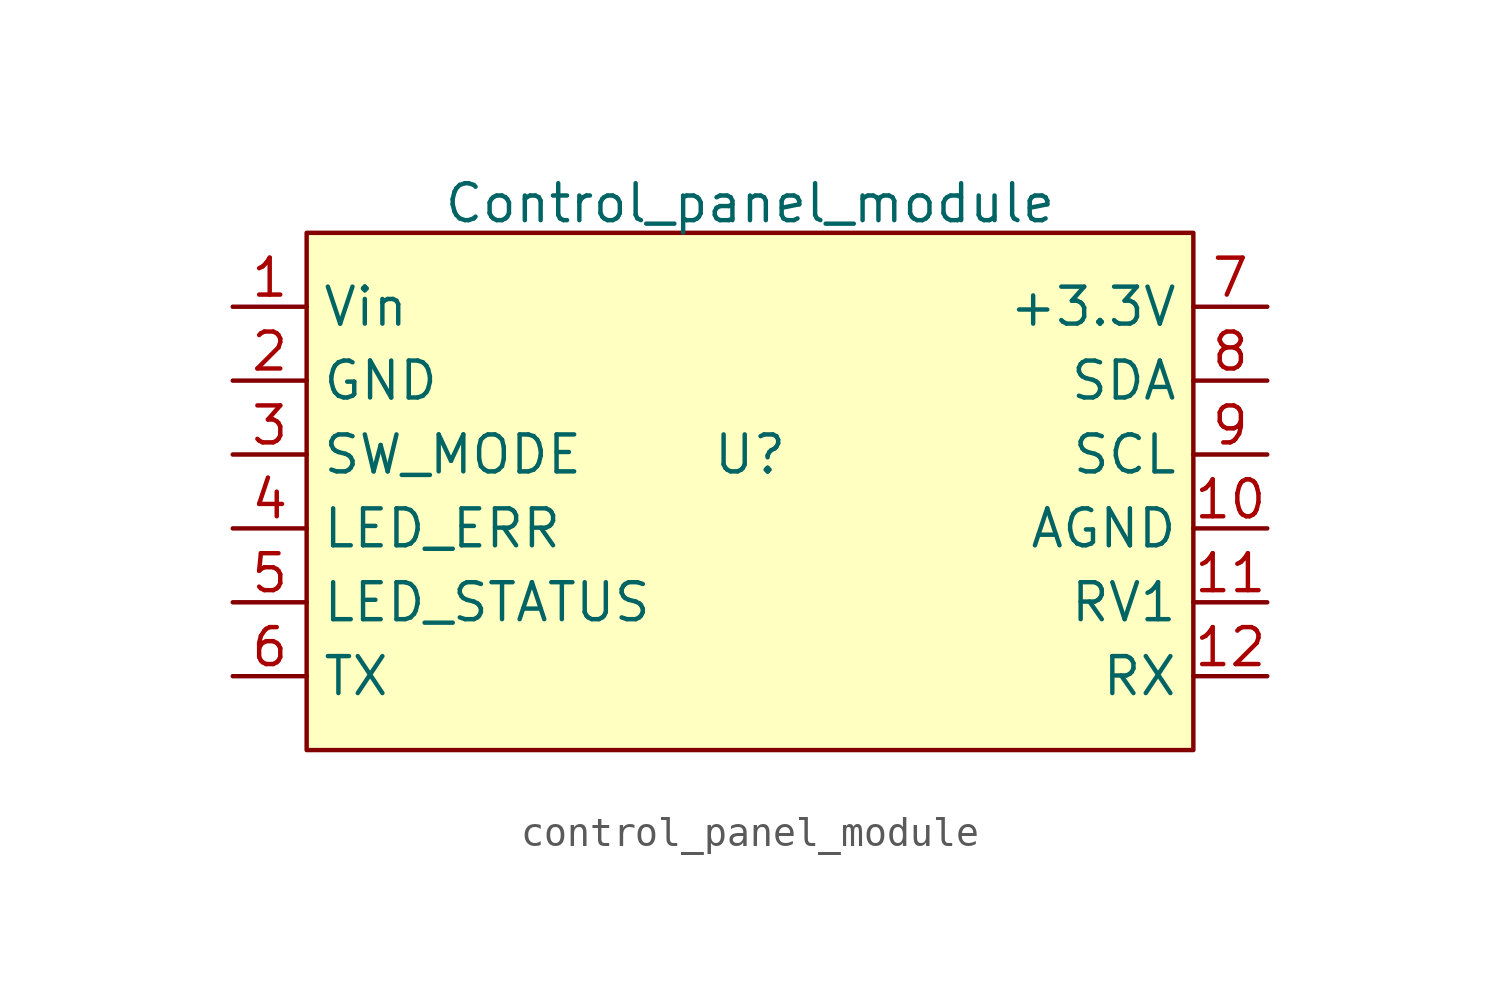
<source format=kicad_sym>
(kicad_symbol_lib
  (version 20241209)
  (generator "kicad_symbol_editor")
  (generator_version "9.0")
  (symbol "control_panel_module"
    (property "Reference" "U"
      (at 0 1.27 0)
      (effects (font (size 1.27 1.27))))
    (property "Value" "Control_panel_module"
      (at 0 9.906 0)
      (effects (font (size 1.27 1.27))))
    (symbol "control_panel_module_1_1"
      (rectangle (start -15.24 8.89) (end 15.24 -8.89) (stroke (width 0) (type default)) (fill (type background)))
      (pin input line (at -17.78 6.35 0) (length 2.54) (name "Vin" (effects (font (size 1.27 1.27)))) (number "1" (effects (font (size 1.27 1.27)))))
      (pin power_in line (at -17.78 3.81 0) (length 2.54) (name "GND" (effects (font (size 1.27 1.27)))) (number "2" (effects (font (size 1.27 1.27)))))
      (pin passive line (at -17.78 1.27 0) (length 2.54) (name "SW_MODE" (effects (font (size 1.27 1.27)))) (number "3" (effects (font (size 1.27 1.27)))))
      (pin passive line (at -17.78 -1.27 0) (length 2.54) (name "LED_ERR" (effects (font (size 1.27 1.27)))) (number "4" (effects (font (size 1.27 1.27)))))
      (pin passive line (at -17.78 -3.81 0) (length 2.54) (name "LED_STATUS" (effects (font (size 1.27 1.27)))) (number "5" (effects (font (size 1.27 1.27)))))
      (pin bidirectional line (at -17.78 -6.35 0) (length 2.54) (name "TX" (effects (font (size 1.27 1.27)))) (number "6" (effects (font (size 1.27 1.27)))))
      (pin power_in line (at 17.78 6.35 180) (length 2.54) (name "+3.3V" (effects (font (size 1.27 1.27)))) (number "7" (effects (font (size 1.27 1.27)))))
      (pin bidirectional line (at 17.78 3.81 180) (length 2.54) (name "SDA" (effects (font (size 1.27 1.27)))) (number "8" (effects (font (size 1.27 1.27)))))
      (pin bidirectional line (at 17.78 1.27 180) (length 2.54) (name "SCL" (effects (font (size 1.27 1.27)))) (number "9" (effects (font (size 1.27 1.27)))))
      (pin power_in line (at 17.78 -1.27 180) (length 2.54) (name "AGND" (effects (font (size 1.27 1.27)))) (number "10" (effects (font (size 1.27 1.27)))))
      (pin passive line (at 17.78 -3.81 180) (length 2.54) (name "RV1" (effects (font (size 1.27 1.27)))) (number "11" (effects (font (size 1.27 1.27)))))
      (pin bidirectional line (at 17.78 -6.35 180) (length 2.54) (name "RX" (effects (font (size 1.27 1.27)))) (number "12" (effects (font (size 1.27 1.27))))))))
</source>
